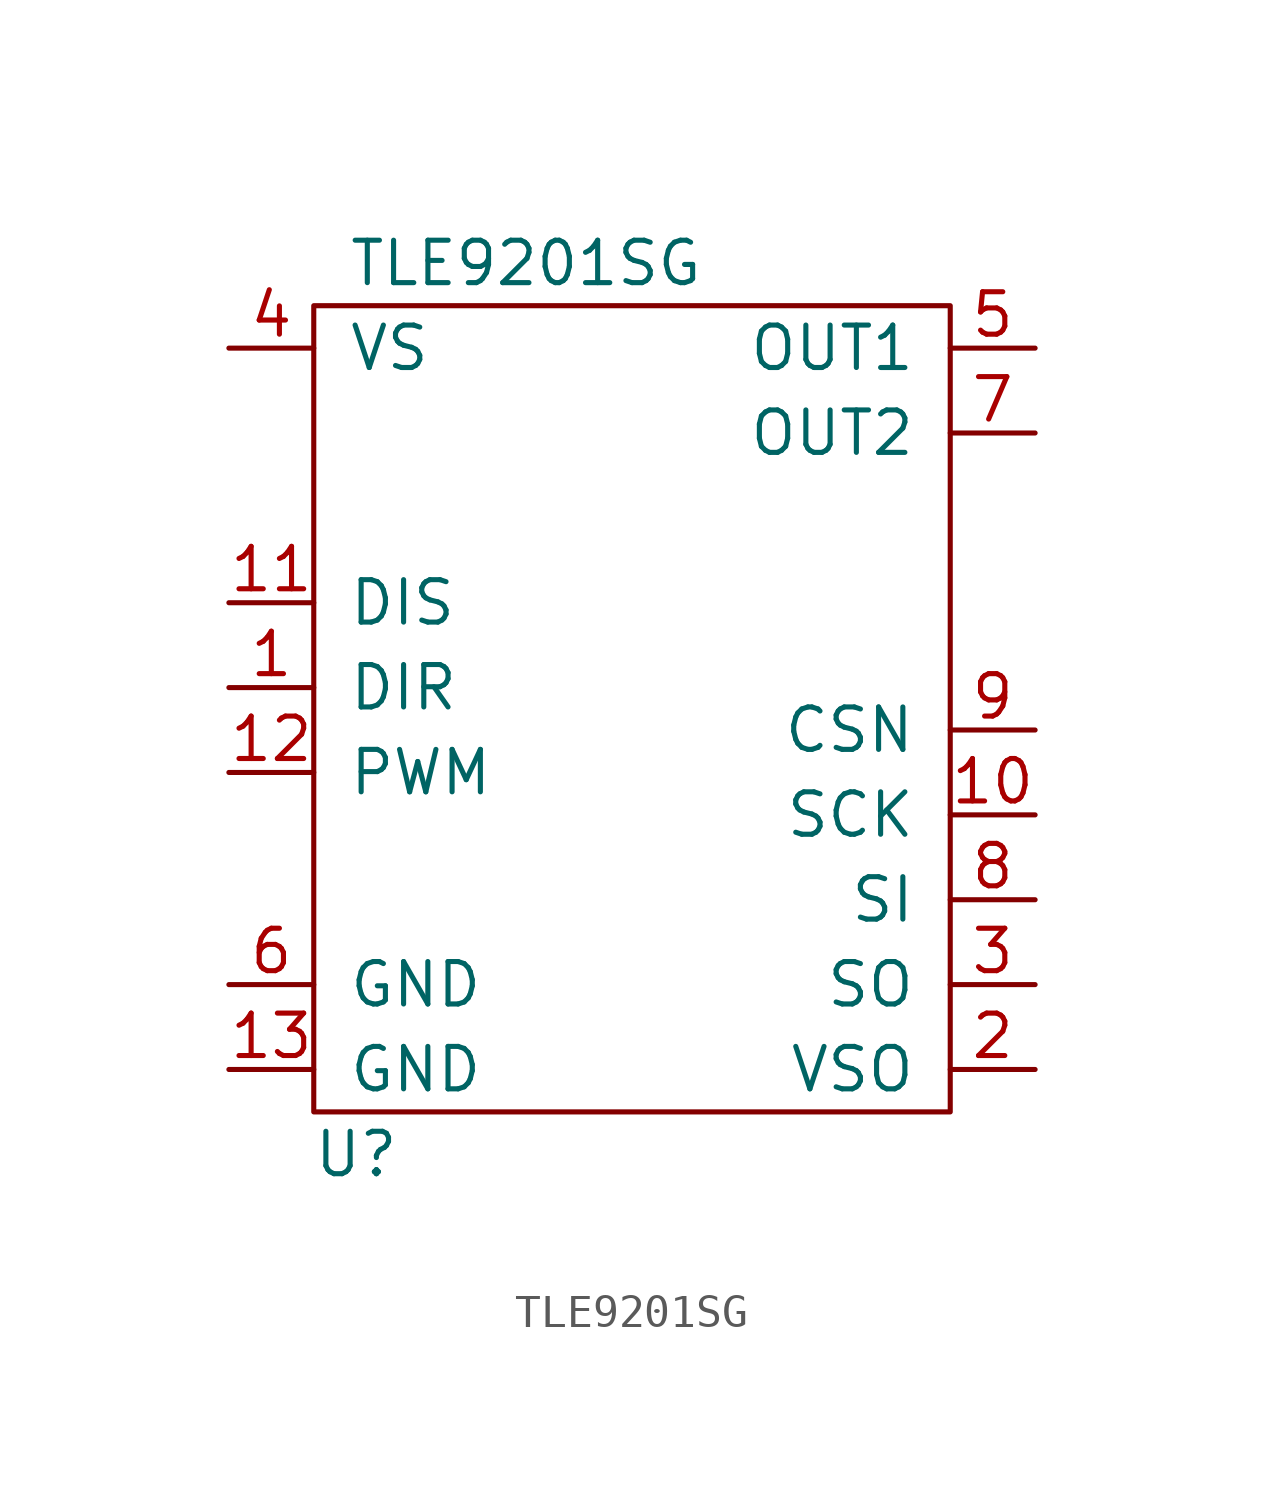
<source format=kicad_sym>
(kicad_symbol_lib
  (version 20241209)
  (generator "kicad_symbol_editor")
  (generator_version "9.0")
  (symbol "TLE9201SG"
    (pin_names
      (offset 1.016))
    (property "Reference" "U"
      (at -8.89 -13.97 0)
      (effects (font (size 1.27 1.27))))
    (property "Value" "TLE9201SG"
      (at -3.81 12.7 0)
      (effects (font (size 1.27 1.27))))
    (symbol "TLE9201SG_0_1"
      (rectangle (start -10.16 11.43) (end 8.89 -12.7) (stroke (width 0) (type solid)) (fill (type none))))
    (symbol "TLE9201SG_1_1"
      (pin power_in line (at -12.7 10.16 0) (length 2.54) (name "VS" (effects (font (size 1.27 1.27)))) (number "4" (effects (font (size 1.27 1.27)))))
      (pin input line (at -12.7 2.54 0) (length 2.54) (name "DIS" (effects (font (size 1.27 1.27)))) (number "11" (effects (font (size 1.27 1.27)))))
      (pin input line (at -12.7 0 0) (length 2.54) (name "DIR" (effects (font (size 1.27 1.27)))) (number "1" (effects (font (size 1.27 1.27)))))
      (pin input line (at -12.7 -2.54 0) (length 2.54) (name "PWM" (effects (font (size 1.27 1.27)))) (number "12" (effects (font (size 1.27 1.27)))))
      (pin power_in line (at -12.7 -8.89 0) (length 2.54) (name "GND" (effects (font (size 1.27 1.27)))) (number "6" (effects (font (size 1.27 1.27)))))
      (pin power_in line (at -12.7 -11.43 0) (length 2.54) (name "GND" (effects (font (size 1.27 1.27)))) (number "13" (effects (font (size 1.27 1.27)))))
      (pin power_out line (at 11.43 10.16 180) (length 2.54) (name "OUT1" (effects (font (size 1.27 1.27)))) (number "5" (effects (font (size 1.27 1.27)))))
      (pin power_out line (at 11.43 7.62 180) (length 2.54) (name "OUT2" (effects (font (size 1.27 1.27)))) (number "7" (effects (font (size 1.27 1.27)))))
      (pin input line (at 11.43 -1.27 180) (length 2.54) (name "CSN" (effects (font (size 1.27 1.27)))) (number "9" (effects (font (size 1.27 1.27)))))
      (pin input line (at 11.43 -3.81 180) (length 2.54) (name "SCK" (effects (font (size 1.27 1.27)))) (number "10" (effects (font (size 1.27 1.27)))))
      (pin input line (at 11.43 -6.35 180) (length 2.54) (name "SI" (effects (font (size 1.27 1.27)))) (number "8" (effects (font (size 1.27 1.27)))))
      (pin output line (at 11.43 -8.89 180) (length 2.54) (name "SO" (effects (font (size 1.27 1.27)))) (number "3" (effects (font (size 1.27 1.27)))))
      (pin power_in line (at 11.43 -11.43 180) (length 2.54) (name "VSO" (effects (font (size 1.27 1.27)))) (number "2" (effects (font (size 1.27 1.27))))))))
</source>
